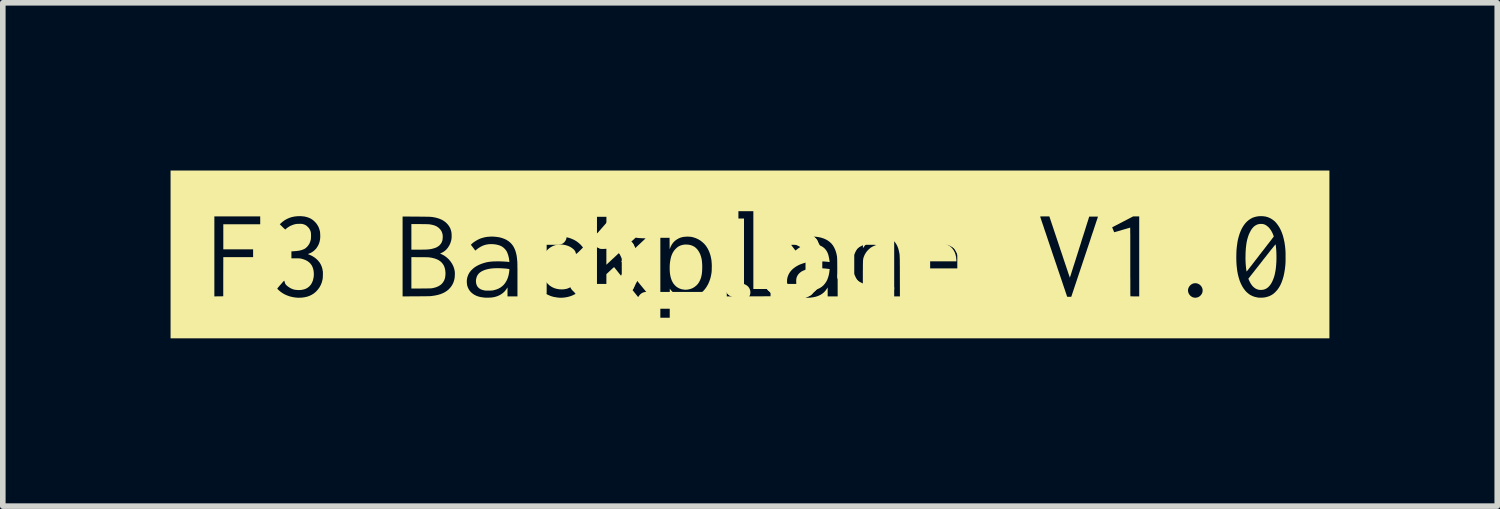
<source format=kicad_pcb>
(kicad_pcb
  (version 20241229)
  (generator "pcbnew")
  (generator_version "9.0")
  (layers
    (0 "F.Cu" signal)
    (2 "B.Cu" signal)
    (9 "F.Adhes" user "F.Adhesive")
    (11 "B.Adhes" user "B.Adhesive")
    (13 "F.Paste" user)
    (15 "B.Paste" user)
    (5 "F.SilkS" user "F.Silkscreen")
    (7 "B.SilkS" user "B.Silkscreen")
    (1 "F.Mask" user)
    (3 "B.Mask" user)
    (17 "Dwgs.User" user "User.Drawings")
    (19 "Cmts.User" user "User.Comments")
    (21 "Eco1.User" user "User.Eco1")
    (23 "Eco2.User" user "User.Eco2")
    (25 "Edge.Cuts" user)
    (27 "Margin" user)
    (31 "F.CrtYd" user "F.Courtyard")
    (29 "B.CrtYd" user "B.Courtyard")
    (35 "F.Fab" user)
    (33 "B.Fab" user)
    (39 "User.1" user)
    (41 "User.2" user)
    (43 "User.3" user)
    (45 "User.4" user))
  (footprint "f3_logo"
    (layer "F.Cu")
    (at 10.361 1.499)
    (property "Reference" "f3_logo" (at 0 0 0) (layer "F.SilkS") (effects (font (size 1.5 1.5) (thickness 0.3))))
    (attr board_only exclude_from_pos_files exclude_from_bom)
    (fp_poly (pts (xy 3.439 -0.193) (xy 3.453 -0.193) (xy 3.464 -0.193) (xy 3.473 -0.192) (xy 3.48 -0.19) (xy 3.488 -0.188) (xy 3.496 -0.186) (xy 3.53 -0.173) (xy 3.56 -0.157) (xy 3.587 -0.137) (xy 3.613 -0.111) (xy 3.624 -0.098) (xy 3.646 -0.066) (xy 3.663 -0.032) (xy 3.676 0.006) (xy 3.685 0.047) (xy 3.689 0.091) (xy 3.69 0.091) (xy 3.691 0.124) (xy 3.403 0.124) (xy 3.115 0.124) (xy 3.117 0.112) (xy 3.126 0.068) (xy 3.137 0.027) (xy 3.151 -0.011) (xy 3.168 -0.045) (xy 3.186 -0.075) (xy 3.19 -0.08) (xy 3.215 -0.109) (xy 3.244 -0.135) (xy 3.277 -0.157) (xy 3.312 -0.175) (xy 3.349 -0.188) (xy 3.349 -0.188) (xy 3.357 -0.19) (xy 3.366 -0.191) (xy 3.376 -0.192) (xy 3.387 -0.193) (xy 3.402 -0.193) (xy 3.421 -0.194)) (stroke (width 0) (type solid)) (fill yes) (layer "F.SilkS"))
    (fp_poly (pts (xy -5.885 -0.542) (xy -5.856 -0.541) (xy -5.83 -0.541) (xy -5.805 -0.541) (xy -5.784 -0.54) (xy -5.766 -0.54) (xy -5.752 -0.539) (xy -5.743 -0.539) (xy -5.743 -0.539) (xy -5.713 -0.535) (xy -5.684 -0.529) (xy -5.656 -0.522) (xy -5.632 -0.514) (xy -5.602 -0.5) (xy -5.574 -0.481) (xy -5.55 -0.459) (xy -5.529 -0.434) (xy -5.513 -0.407) (xy -5.502 -0.377) (xy -5.497 -0.356) (xy -5.495 -0.337) (xy -5.494 -0.316) (xy -5.495 -0.294) (xy -5.497 -0.272) (xy -5.5 -0.252) (xy -5.503 -0.241) (xy -5.515 -0.211) (xy -5.532 -0.185) (xy -5.552 -0.162) (xy -5.578 -0.142) (xy -5.607 -0.125) (xy -5.641 -0.112) (xy -5.68 -0.101) (xy -5.693 -0.098) (xy -5.707 -0.095) (xy -5.721 -0.093) (xy -5.736 -0.091) (xy -5.751 -0.089) (xy -5.769 -0.088) (xy -5.788 -0.087) (xy -5.81 -0.086) (xy -5.835 -0.086) (xy -5.865 -0.085) (xy -5.898 -0.085) (xy -5.924 -0.085) (xy -6.055 -0.085) (xy -6.055 -0.313) (xy -6.055 -0.542) (xy -5.914 -0.542)) (stroke (width 0) (type solid)) (fill yes) (layer "F.SilkS"))
    (fp_poly (pts (xy -5.917 0.05) (xy -5.88 0.05) (xy -5.847 0.05) (xy -5.819 0.05) (xy -5.795 0.051) (xy -5.774 0.051) (xy -5.756 0.052) (xy -5.74 0.053) (xy -5.725 0.055) (xy -5.711 0.057) (xy -5.697 0.059) (xy -5.683 0.062) (xy -5.682 0.062) (xy -5.639 0.073) (xy -5.6 0.087) (xy -5.566 0.104) (xy -5.536 0.125) (xy -5.51 0.149) (xy -5.489 0.176) (xy -5.471 0.207) (xy -5.459 0.241) (xy -5.45 0.279) (xy -5.446 0.32) (xy -5.445 0.323) (xy -5.446 0.365) (xy -5.45 0.404) (xy -5.459 0.44) (xy -5.472 0.472) (xy -5.49 0.501) (xy -5.512 0.527) (xy -5.538 0.549) (xy -5.569 0.568) (xy -5.604 0.584) (xy -5.644 0.596) (xy -5.674 0.603) (xy -5.681 0.604) (xy -5.687 0.605) (xy -5.694 0.606) (xy -5.702 0.607) (xy -5.711 0.607) (xy -5.722 0.608) (xy -5.735 0.608) (xy -5.751 0.608) (xy -5.771 0.609) (xy -5.794 0.609) (xy -5.821 0.609) (xy -5.853 0.609) (xy -5.88 0.61) (xy -6.055 0.611) (xy -6.055 0.33) (xy -6.055 0.049)) (stroke (width 0) (type solid)) (fill yes) (layer "F.SilkS"))
    (fp_poly (pts (xy 1.234 0.247) (xy 1.272 0.248) (xy 1.311 0.25) (xy 1.348 0.253) (xy 1.383 0.257) (xy 1.389 0.257) (xy 1.425 0.262) (xy 1.423 0.279) (xy 1.417 0.329) (xy 1.408 0.374) (xy 1.396 0.415) (xy 1.382 0.452) (xy 1.365 0.486) (xy 1.344 0.517) (xy 1.321 0.545) (xy 1.309 0.557) (xy 1.28 0.582) (xy 1.248 0.602) (xy 1.213 0.619) (xy 1.175 0.633) (xy 1.143 0.641) (xy 1.126 0.644) (xy 1.105 0.646) (xy 1.081 0.647) (xy 1.056 0.648) (xy 1.032 0.648) (xy 1.009 0.647) (xy 0.989 0.646) (xy 0.98 0.645) (xy 0.946 0.637) (xy 0.916 0.626) (xy 0.89 0.612) (xy 0.868 0.594) (xy 0.851 0.573) (xy 0.838 0.549) (xy 0.832 0.53) (xy 0.827 0.506) (xy 0.826 0.48) (xy 0.827 0.452) (xy 0.831 0.426) (xy 0.838 0.401) (xy 0.838 0.401) (xy 0.852 0.374) (xy 0.87 0.349) (xy 0.893 0.327) (xy 0.92 0.307) (xy 0.952 0.29) (xy 0.989 0.276) (xy 1.03 0.264) (xy 1.076 0.255) (xy 1.104 0.251) (xy 1.131 0.249) (xy 1.162 0.247) (xy 1.197 0.247)) (stroke (width 0) (type solid)) (fill yes) (layer "F.SilkS"))
    (fp_poly (pts (xy -4.492 0.247) (xy -4.448 0.248) (xy -4.404 0.251) (xy -4.362 0.254) (xy -4.325 0.259) (xy -4.303 0.262) (xy -4.303 0.277) (xy -4.304 0.291) (xy -4.306 0.31) (xy -4.309 0.331) (xy -4.313 0.353) (xy -4.318 0.374) (xy -4.32 0.385) (xy -4.334 0.429) (xy -4.352 0.469) (xy -4.374 0.506) (xy -4.399 0.539) (xy -4.428 0.567) (xy -4.461 0.592) (xy -4.497 0.612) (xy -4.537 0.628) (xy -4.581 0.64) (xy -4.583 0.641) (xy -4.595 0.643) (xy -4.608 0.645) (xy -4.622 0.646) (xy -4.639 0.647) (xy -4.661 0.648) (xy -4.665 0.648) (xy -4.683 0.648) (xy -4.701 0.648) (xy -4.716 0.647) (xy -4.728 0.647) (xy -4.736 0.646) (xy -4.737 0.646) (xy -4.772 0.639) (xy -4.804 0.629) (xy -4.831 0.615) (xy -4.853 0.598) (xy -4.871 0.578) (xy -4.885 0.554) (xy -4.894 0.528) (xy -4.896 0.521) (xy -4.9 0.489) (xy -4.9 0.458) (xy -4.894 0.427) (xy -4.885 0.398) (xy -4.871 0.37) (xy -4.853 0.346) (xy -4.832 0.326) (xy -4.829 0.323) (xy -4.798 0.303) (xy -4.763 0.286) (xy -4.723 0.272) (xy -4.679 0.261) (xy -4.631 0.253) (xy -4.579 0.248) (xy -4.573 0.248) (xy -4.534 0.247)) (stroke (width 0) (type solid)) (fill yes) (layer "F.SilkS"))
    (fp_poly (pts (xy 9.399 -0.177) (xy 9.399 -0.176) (xy 9.401 -0.167) (xy 9.403 -0.153) (xy 9.405 -0.135) (xy 9.407 -0.113) (xy 9.409 -0.09) (xy 9.411 -0.065) (xy 9.412 -0.039) (xy 9.413 -0.025) (xy 9.414 0.03) (xy 9.414 0.086) (xy 9.412 0.143) (xy 9.408 0.198) (xy 9.403 0.25) (xy 9.396 0.296) (xy 9.386 0.348) (xy 9.374 0.395) (xy 9.359 0.438) (xy 9.342 0.478) (xy 9.341 0.48) (xy 9.322 0.517) (xy 9.301 0.548) (xy 9.279 0.574) (xy 9.255 0.596) (xy 9.229 0.613) (xy 9.201 0.625) (xy 9.185 0.63) (xy 9.166 0.633) (xy 9.145 0.635) (xy 9.122 0.635) (xy 9.101 0.633) (xy 9.091 0.631) (xy 9.063 0.622) (xy 9.035 0.608) (xy 9.01 0.589) (xy 8.985 0.565) (xy 8.963 0.536) (xy 8.943 0.503) (xy 8.925 0.465) (xy 8.924 0.464) (xy 8.912 0.434) (xy 9.155 0.125) (xy 9.188 0.082) (xy 9.219 0.044) (xy 9.246 0.009) (xy 9.271 -0.022) (xy 9.292 -0.05) (xy 9.311 -0.074) (xy 9.328 -0.095) (xy 9.343 -0.113) (xy 9.355 -0.128) (xy 9.365 -0.141) (xy 9.374 -0.152) (xy 9.381 -0.16) (xy 9.387 -0.167) (xy 9.391 -0.171) (xy 9.394 -0.175) (xy 9.397 -0.177) (xy 9.398 -0.177)) (stroke (width 0) (type solid)) (fill yes) (layer "F.SilkS"))
    (fp_poly (pts (xy 9.164 -0.544) (xy 9.19 -0.539) (xy 9.213 -0.529) (xy 9.236 -0.516) (xy 9.259 -0.497) (xy 9.268 -0.49) (xy 9.296 -0.459) (xy 9.32 -0.424) (xy 9.341 -0.385) (xy 9.358 -0.345) (xy 9.366 -0.319) (xy 9.358 -0.309) (xy 9.356 -0.305) (xy 9.35 -0.298) (xy 9.341 -0.287) (xy 9.33 -0.272) (xy 9.316 -0.253) (xy 9.299 -0.232) (xy 9.281 -0.208) (xy 9.26 -0.182) (xy 9.238 -0.153) (xy 9.214 -0.122) (xy 9.189 -0.089) (xy 9.162 -0.055) (xy 9.135 -0.02) (xy 9.118 0.001) (xy 9.091 0.037) (xy 9.064 0.072) (xy 9.038 0.105) (xy 9.014 0.137) (xy 8.991 0.166) (xy 8.97 0.194) (xy 8.95 0.219) (xy 8.933 0.241) (xy 8.918 0.26) (xy 8.905 0.277) (xy 8.895 0.289) (xy 8.888 0.299) (xy 8.884 0.304) (xy 8.883 0.305) (xy 8.882 0.305) (xy 8.88 0.303) (xy 8.879 0.297) (xy 8.877 0.287) (xy 8.875 0.279) (xy 8.87 0.238) (xy 8.866 0.198) (xy 8.863 0.157) (xy 8.861 0.115) (xy 8.86 0.07) (xy 8.861 0.021) (xy 8.861 0.011) (xy 8.863 -0.052) (xy 8.867 -0.11) (xy 8.873 -0.163) (xy 8.88 -0.213) (xy 8.89 -0.26) (xy 8.902 -0.303) (xy 8.916 -0.345) (xy 8.933 -0.384) (xy 8.94 -0.397) (xy 8.959 -0.434) (xy 8.981 -0.465) (xy 9.004 -0.491) (xy 9.028 -0.511) (xy 9.055 -0.527) (xy 9.083 -0.538) (xy 9.113 -0.544) (xy 9.136 -0.545)) (stroke (width 0) (type solid)) (fill yes) (layer "F.SilkS"))
    (fp_poly (pts (xy -1.101 -0.174) (xy -1.064 -0.167) (xy -1.03 -0.155) (xy -0.998 -0.139) (xy -0.97 -0.118) (xy -0.944 -0.092) (xy -0.922 -0.062) (xy -0.904 -0.031) (xy -0.889 0.000168) (xy -0.878 0.033) (xy -0.868 0.068) (xy -0.861 0.106) (xy -0.857 0.148) (xy -0.854 0.194) (xy -0.854 0.227) (xy -0.855 0.271) (xy -0.857 0.311) (xy -0.861 0.347) (xy -0.867 0.38) (xy -0.874 0.411) (xy -0.884 0.44) (xy -0.896 0.468) (xy -0.899 0.474) (xy -0.914 0.501) (xy -0.93 0.525) (xy -0.95 0.547) (xy -0.961 0.558) (xy -0.99 0.581) (xy -1.02 0.6) (xy -1.052 0.614) (xy -1.087 0.624) (xy -1.122 0.63) (xy -1.136 0.631) (xy -1.147 0.632) (xy -1.156 0.632) (xy -1.167 0.631) (xy -1.18 0.63) (xy -1.187 0.629) (xy -1.223 0.623) (xy -1.258 0.611) (xy -1.29 0.595) (xy -1.32 0.574) (xy -1.346 0.549) (xy -1.37 0.52) (xy -1.389 0.487) (xy -1.401 0.461) (xy -1.414 0.424) (xy -1.424 0.384) (xy -1.431 0.341) (xy -1.435 0.294) (xy -1.436 0.247) (xy -1.435 0.191) (xy -1.43 0.139) (xy -1.422 0.091) (xy -1.412 0.047) (xy -1.398 0.007) (xy -1.381 -0.03) (xy -1.36 -0.063) (xy -1.351 -0.075) (xy -1.338 -0.09) (xy -1.324 -0.104) (xy -1.309 -0.118) (xy -1.295 -0.13) (xy -1.282 -0.139) (xy -1.281 -0.14) (xy -1.252 -0.155) (xy -1.224 -0.165) (xy -1.195 -0.172) (xy -1.164 -0.176) (xy -1.141 -0.176)) (stroke (width 0) (type solid)) (fill yes) (layer "F.SilkS"))
    (fp_poly (pts (xy 10.361 0.001) (xy 10.361 1.501) (xy 0 1.501) (xy -10.361 1.501) (xy -10.361 1.133) (xy -1.603 1.133) (xy -1.519 1.133) (xy -1.435 1.133) (xy -1.435 0.873) (xy -1.434 0.613) (xy -1.422 0.629) (xy -1.41 0.644) (xy -1.395 0.66) (xy -1.379 0.676) (xy -1.361 0.692) (xy -1.345 0.705) (xy -1.343 0.706) (xy -1.305 0.73) (xy -1.265 0.749) (xy -1.223 0.763) (xy -1.18 0.772) (xy -1.136 0.776) (xy -1.092 0.775) (xy -1.048 0.769) (xy -1.005 0.758) (xy -0.985 0.751) (xy -0.415 0.751) (xy -0.024 0.75) (xy 0.367 0.749) (xy 0.368 0.684) (xy 0.369 0.619) (xy 0.215 0.619) (xy 0.06 0.619) (xy 0.06 0.498) (xy 0.662 0.498) (xy 0.665 0.536) (xy 0.674 0.573) (xy 0.688 0.607) (xy 0.706 0.638) (xy 0.728 0.667) (xy 0.755 0.693) (xy 0.786 0.715) (xy 0.821 0.734) (xy 0.86 0.75) (xy 0.875 0.755) (xy 0.916 0.764) (xy 0.959 0.771) (xy 1.005 0.774) (xy 1.051 0.775) (xy 1.083 0.773) (xy 1.133 0.766) (xy 1.18 0.756) (xy 1.222 0.741) (xy 1.261 0.723) (xy 1.295 0.701) (xy 1.326 0.675) (xy 1.353 0.644) (xy 1.377 0.61) (xy 1.378 0.609) (xy 1.389 0.59) (xy 1.389 0.67) (xy 1.389 0.751) (xy 1.478 0.751) (xy 1.568 0.751) (xy 1.859 0.751) (xy 1.939 0.751) (xy 2.018 0.751) (xy 2.018 0.438) (xy 2.018 0.388) (xy 2.018 0.342) (xy 2.018 0.301) (xy 2.019 0.265) (xy 2.019 0.233) (xy 2.019 0.205) (xy 2.019 0.181) (xy 2.02 0.159) (xy 2.02 0.141) (xy 2.021 0.125) (xy 2.021 0.112) (xy 2.022 0.1) (xy 2.023 0.091) (xy 2.025 0.082) (xy 2.026 0.074) (xy 2.028 0.067) (xy 2.029 0.061) (xy 2.031 0.054) (xy 2.034 0.047) (xy 2.034 0.047) (xy 2.048 0.012) (xy 2.067 -0.022) (xy 2.09 -0.055) (xy 2.117 -0.084) (xy 2.146 -0.11) (xy 2.16 -0.121) (xy 2.178 -0.132) (xy 2.198 -0.143) (xy 2.22 -0.153) (xy 2.241 -0.162) (xy 2.258 -0.167) (xy 2.283 -0.173) (xy 2.31 -0.176) (xy 2.336 -0.177) (xy 2.36 -0.175) (xy 2.381 -0.17) (xy 2.381 -0.17) (xy 2.405 -0.16) (xy 2.428 -0.145) (xy 2.45 -0.127) (xy 2.468 -0.106) (xy 2.474 -0.097) (xy 2.488 -0.071) (xy 2.499 -0.041) (xy 2.509 -0.007) (xy 2.515 0.031) (xy 2.519 0.066) (xy 2.519 0.074) (xy 2.52 0.088) (xy 2.52 0.107) (xy 2.52 0.13) (xy 2.521 0.158) (xy 2.521 0.19) (xy 2.521 0.226) (xy 2.521 0.265) (xy 2.521 0.308) (xy 2.522 0.353) (xy 2.522 0.401) (xy 2.522 0.427) (xy 2.522 0.751) (xy 2.601 0.751) (xy 2.681 0.751) (xy 2.68 0.394) (xy 2.68 0.341) (xy 2.68 0.293) (xy 2.68 0.25) (xy 2.68 0.229) (xy 2.952 0.229) (xy 2.953 0.254) (xy 2.953 0.278) (xy 2.954 0.3) (xy 2.956 0.317) (xy 2.956 0.319) (xy 2.964 0.376) (xy 2.977 0.43) (xy 2.994 0.48) (xy 3.014 0.526) (xy 3.039 0.568) (xy 3.068 0.607) (xy 3.101 0.642) (xy 3.137 0.673) (xy 3.178 0.701) (xy 3.209 0.718) (xy 3.252 0.736) (xy 3.298 0.751) (xy 3.347 0.762) (xy 3.397 0.769) (xy 3.449 0.772) (xy 3.501 0.771) (xy 3.517 0.77) (xy 3.568 0.763) (xy 3.616 0.752) (xy 3.66 0.736) (xy 3.702 0.716) (xy 3.741 0.692) (xy 3.778 0.662) (xy 3.796 0.646) (xy 3.829 0.613) (xy 3.822 0.607) (xy 3.818 0.603) (xy 3.811 0.596) (xy 3.801 0.587) (xy 3.79 0.575) (xy 3.777 0.563) (xy 3.776 0.562) (xy 3.737 0.524) (xy 3.715 0.545) (xy 3.682 0.573) (xy 3.646 0.596) (xy 3.608 0.614) (xy 3.566 0.628) (xy 3.54 0.634) (xy 3.523 0.637) (xy 3.503 0.638) (xy 3.48 0.639) (xy 3.456 0.639) (xy 3.433 0.638) (xy 3.412 0.637) (xy 3.395 0.635) (xy 3.395 0.635) (xy 3.353 0.624) (xy 3.314 0.609) (xy 3.277 0.59) (xy 3.244 0.566) (xy 3.213 0.538) (xy 3.187 0.507) (xy 3.167 0.478) (xy 3.151 0.445) (xy 3.136 0.407) (xy 3.125 0.368) (xy 3.116 0.326) (xy 3.111 0.284) (xy 3.111 0.278) (xy 3.109 0.25) (xy 3.481 0.25) (xy 3.852 0.25) (xy 3.854 0.237) (xy 3.855 0.228) (xy 3.856 0.215) (xy 3.856 0.199) (xy 3.856 0.18) (xy 3.856 0.16) (xy 3.856 0.139) (xy 3.855 0.12) (xy 3.854 0.103) (xy 3.853 0.088) (xy 3.853 0.081) (xy 3.846 0.036) (xy 3.836 -0.008) (xy 3.824 -0.049) (xy 3.81 -0.085) (xy 3.806 -0.096) (xy 3.786 -0.131) (xy 3.763 -0.165) (xy 3.735 -0.197) (xy 3.705 -0.226) (xy 3.672 -0.252) (xy 3.638 -0.273) (xy 3.621 -0.282) (xy 3.579 -0.298) (xy 3.534 -0.31) (xy 3.488 -0.318) (xy 3.441 -0.321) (xy 3.393 -0.319) (xy 3.346 -0.313) (xy 3.3 -0.303) (xy 3.256 -0.288) (xy 3.221 -0.273) (xy 3.18 -0.25) (xy 3.143 -0.224) (xy 3.11 -0.195) (xy 3.079 -0.162) (xy 3.051 -0.124) (xy 3.049 -0.121) (xy 3.022 -0.076) (xy 2.999 -0.028) (xy 2.981 0.023) (xy 2.967 0.077) (xy 2.957 0.134) (xy 2.956 0.143) (xy 2.954 0.16) (xy 2.953 0.18) (xy 2.953 0.204) (xy 2.952 0.229) (xy 2.68 0.229) (xy 2.68 0.211) (xy 2.679 0.177) (xy 2.679 0.147) (xy 2.679 0.12) (xy 2.679 0.096) (xy 2.678 0.076) (xy 2.678 0.058) (xy 2.677 0.042) (xy 2.676 0.028) (xy 2.676 0.016) (xy 2.675 0.006) (xy 2.674 -0.004) (xy 2.672 -0.013) (xy 2.671 -0.022) (xy 2.669 -0.03) (xy 2.668 -0.039) (xy 2.666 -0.048) (xy 2.664 -0.055) (xy 2.653 -0.1) (xy 2.638 -0.141) (xy 2.619 -0.179) (xy 2.597 -0.212) (xy 2.572 -0.241) (xy 2.543 -0.266) (xy 2.513 -0.286) (xy 2.479 -0.302) (xy 2.443 -0.313) (xy 2.405 -0.319) (xy 2.365 -0.321) (xy 2.323 -0.317) (xy 2.301 -0.313) (xy 2.257 -0.302) (xy 2.214 -0.285) (xy 2.173 -0.263) (xy 2.134 -0.235) (xy 2.096 -0.203) (xy 2.08 -0.186) (xy 2.068 -0.173) (xy 2.056 -0.16) (xy 2.045 -0.146) (xy 2.036 -0.135) (xy 2.036 -0.134) (xy 2.02 -0.111) (xy 2.019 -0.204) (xy 2.018 -0.297) (xy 1.939 -0.297) (xy 1.859 -0.297) (xy 1.859 0.227) (xy 1.859 0.751) (xy 1.568 0.751) (xy 1.567 0.428) (xy 1.566 0.378) (xy 1.566 0.332) (xy 1.566 0.291) (xy 1.566 0.255) (xy 1.566 0.223) (xy 1.565 0.194) (xy 1.565 0.169) (xy 1.565 0.147) (xy 1.564 0.128) (xy 1.564 0.111) (xy 1.563 0.097) (xy 1.562 0.084) (xy 1.561 0.072) (xy 1.56 0.062) (xy 1.558 0.052) (xy 1.557 0.042) (xy 1.555 0.033) (xy 1.553 0.023) (xy 1.551 0.012) (xy 1.55 0.005) (xy 1.538 -0.043) (xy 1.522 -0.087) (xy 1.503 -0.127) (xy 1.481 -0.163) (xy 1.455 -0.195) (xy 1.425 -0.223) (xy 1.391 -0.248) (xy 1.353 -0.269) (xy 1.316 -0.285) (xy 1.279 -0.297) (xy 1.238 -0.307) (xy 1.194 -0.314) (xy 1.148 -0.317) (xy 1.101 -0.318) (xy 1.055 -0.316) (xy 1.01 -0.311) (xy 0.99 -0.308) (xy 0.941 -0.296) (xy 0.894 -0.279) (xy 0.849 -0.257) (xy 0.807 -0.232) (xy 0.767 -0.202) (xy 0.746 -0.183) (xy 0.735 -0.172) (xy 0.773 -0.121) (xy 0.784 -0.107) (xy 0.794 -0.094) (xy 0.802 -0.083) (xy 0.809 -0.075) (xy 0.812 -0.07) (xy 0.813 -0.069) (xy 0.815 -0.07) (xy 0.821 -0.075) (xy 0.829 -0.081) (xy 0.836 -0.087) (xy 0.873 -0.115) (xy 0.91 -0.138) (xy 0.948 -0.156) (xy 0.99 -0.17) (xy 1.017 -0.177) (xy 1.033 -0.179) (xy 1.054 -0.181) (xy 1.077 -0.183) (xy 1.102 -0.183) (xy 1.126 -0.183) (xy 1.15 -0.182) (xy 1.17 -0.18) (xy 1.182 -0.178) (xy 1.219 -0.17) (xy 1.251 -0.159) (xy 1.28 -0.146) (xy 1.306 -0.13) (xy 1.33 -0.11) (xy 1.339 -0.101) (xy 1.357 -0.08) (xy 1.373 -0.056) (xy 1.387 -0.029) (xy 1.399 0.002) (xy 1.408 0.038) (xy 1.416 0.078) (xy 1.423 0.122) (xy 1.423 0.125) (xy 1.424 0.133) (xy 1.423 0.136) (xy 1.421 0.137) (xy 1.417 0.136) (xy 1.399 0.134) (xy 1.377 0.131) (xy 1.352 0.129) (xy 1.323 0.127) (xy 1.292 0.126) (xy 1.26 0.125) (xy 1.227 0.125) (xy 1.195 0.125) (xy 1.165 0.125) (xy 1.136 0.126) (xy 1.11 0.127) (xy 1.089 0.129) (xy 1.078 0.13) (xy 1.033 0.138) (xy 0.988 0.149) (xy 0.944 0.162) (xy 0.903 0.177) (xy 0.866 0.193) (xy 0.865 0.194) (xy 0.824 0.217) (xy 0.787 0.243) (xy 0.754 0.271) (xy 0.726 0.302) (xy 0.703 0.335) (xy 0.685 0.37) (xy 0.672 0.406) (xy 0.664 0.445) (xy 0.663 0.457) (xy 0.662 0.498) (xy 0.06 0.498) (xy 0.06 -0.077) (xy 0.06 -0.676) (xy 5.189 -0.676) (xy 5.19 -0.673) (xy 5.192 -0.665) (xy 5.196 -0.653) (xy 5.202 -0.636) (xy 5.209 -0.615) (xy 5.217 -0.59) (xy 5.227 -0.561) (xy 5.238 -0.529) (xy 5.25 -0.494) (xy 5.262 -0.456) (xy 5.276 -0.415) (xy 5.291 -0.372) (xy 5.306 -0.327) (xy 5.322 -0.279) (xy 5.338 -0.231) (xy 5.355 -0.181) (xy 5.372 -0.13) (xy 5.39 -0.078) (xy 5.407 -0.025) (xy 5.425 0.028) (xy 5.443 0.081) (xy 5.461 0.134) (xy 5.479 0.186) (xy 5.496 0.238) (xy 5.513 0.288) (xy 5.53 0.338) (xy 5.546 0.385) (xy 5.562 0.432) (xy 5.577 0.476) (xy 5.591 0.518) (xy 5.604 0.557) (xy 5.616 0.594) (xy 5.628 0.627) (xy 5.638 0.658) (xy 5.647 0.685) (xy 5.655 0.707) (xy 5.661 0.726) (xy 5.666 0.741) (xy 5.67 0.751) (xy 5.672 0.756) (xy 5.672 0.757) (xy 5.675 0.758) (xy 5.683 0.758) (xy 5.693 0.758) (xy 5.707 0.758) (xy 5.709 0.758) (xy 5.745 0.758) (xy 5.983 0.045) (xy 6.003 -0.015) (xy 6.023 -0.075) (xy 6.042 -0.132) (xy 6.061 -0.188) (xy 6.079 -0.242) (xy 6.096 -0.294) (xy 6.112 -0.344) (xy 6.128 -0.39) (xy 6.143 -0.434) (xy 6.156 -0.475) (xy 6.159 -0.484) (xy 6.476 -0.484) (xy 6.494 -0.441) (xy 6.5 -0.426) (xy 6.505 -0.414) (xy 6.509 -0.404) (xy 6.512 -0.398) (xy 6.513 -0.397) (xy 6.516 -0.397) (xy 6.523 -0.399) (xy 6.535 -0.402) (xy 6.551 -0.407) (xy 6.57 -0.412) (xy 6.591 -0.418) (xy 6.616 -0.425) (xy 6.642 -0.433) (xy 6.655 -0.437) (xy 6.682 -0.445) (xy 6.707 -0.452) (xy 6.73 -0.459) (xy 6.751 -0.465) (xy 6.769 -0.47) (xy 6.782 -0.474) (xy 6.792 -0.477) (xy 6.798 -0.478) (xy 6.798 -0.478) (xy 6.799 -0.476) (xy 6.799 -0.468) (xy 6.799 -0.455) (xy 6.799 -0.437) (xy 6.799 -0.415) (xy 6.799 -0.388) (xy 6.8 -0.358) (xy 6.8 -0.324) (xy 6.8 -0.286) (xy 6.8 -0.245) (xy 6.8 -0.2) (xy 6.8 -0.154) (xy 6.8 -0.104) (xy 6.8 -0.052) (xy 6.8 0.002) (xy 6.8 0.057) (xy 6.8 0.114) (xy 6.8 0.134) (xy 6.8 0.192) (xy 6.8 0.248) (xy 6.8 0.303) (xy 6.8 0.355) (xy 6.8 0.406) (xy 6.801 0.454) (xy 6.801 0.499) (xy 6.801 0.541) (xy 6.801 0.58) (xy 6.801 0.616) (xy 6.801 0.648) (xy 6.801 0.676) (xy 6.801 0.7) (xy 6.802 0.719) (xy 6.802 0.734) (xy 6.802 0.744) (xy 6.802 0.748) (xy 6.802 0.749) (xy 6.805 0.749) (xy 6.813 0.75) (xy 6.825 0.75) (xy 6.84 0.75) (xy 6.858 0.751) (xy 6.878 0.751) (xy 6.882 0.751) (xy 6.96 0.751) (xy 6.96 0.645) (xy 7.832 0.645) (xy 7.835 0.67) (xy 7.842 0.693) (xy 7.855 0.716) (xy 7.871 0.736) (xy 7.892 0.753) (xy 7.915 0.766) (xy 7.94 0.773) (xy 7.966 0.775) (xy 7.992 0.771) (xy 8.014 0.765) (xy 8.033 0.754) (xy 8.052 0.739) (xy 8.056 0.736) (xy 8.073 0.715) (xy 8.085 0.693) (xy 8.092 0.669) (xy 8.094 0.644) (xy 8.092 0.62) (xy 8.084 0.596) (xy 8.072 0.574) (xy 8.056 0.554) (xy 8.035 0.537) (xy 8.012 0.525) (xy 7.988 0.517) (xy 7.964 0.515) (xy 7.939 0.517) (xy 7.915 0.524) (xy 7.893 0.536) (xy 7.872 0.553) (xy 7.871 0.554) (xy 7.854 0.575) (xy 7.842 0.597) (xy 7.834 0.621) (xy 7.832 0.645) (xy 6.96 0.645) (xy 6.96 0.053) (xy 8.696 0.053) (xy 8.697 0.123) (xy 8.701 0.191) (xy 8.708 0.257) (xy 8.714 0.302) (xy 8.726 0.364) (xy 8.741 0.421) (xy 8.758 0.475) (xy 8.779 0.525) (xy 8.802 0.57) (xy 8.828 0.612) (xy 8.856 0.648) (xy 8.876 0.67) (xy 8.909 0.699) (xy 8.943 0.724) (xy 8.981 0.743) (xy 9.021 0.758) (xy 9.064 0.768) (xy 9.091 0.773) (xy 9.109 0.774) (xy 9.13 0.774) (xy 9.154 0.774) (xy 9.177 0.772) (xy 9.199 0.77) (xy 9.215 0.767) (xy 9.248 0.759) (xy 9.279 0.749) (xy 9.308 0.736) (xy 9.31 0.735) (xy 9.33 0.724) (xy 9.349 0.712) (xy 9.367 0.698) (xy 9.386 0.681) (xy 9.399 0.668) (xy 9.43 0.634) (xy 9.458 0.594) (xy 9.483 0.551) (xy 9.505 0.502) (xy 9.524 0.449) (xy 9.541 0.392) (xy 9.554 0.33) (xy 9.565 0.264) (xy 9.573 0.193) (xy 9.575 0.165) (xy 9.576 0.146) (xy 9.577 0.122) (xy 9.577 0.095) (xy 9.577 0.066) (xy 9.577 0.036) (xy 9.577 0.007) (xy 9.577 -0.02) (xy 9.576 -0.045) (xy 9.575 -0.066) (xy 9.575 -0.071) (xy 9.568 -0.145) (xy 9.558 -0.214) (xy 9.544 -0.279) (xy 9.528 -0.34) (xy 9.508 -0.396) (xy 9.485 -0.448) (xy 9.463 -0.489) (xy 9.436 -0.529) (xy 9.409 -0.564) (xy 9.379 -0.595) (xy 9.347 -0.62) (xy 9.313 -0.642) (xy 9.276 -0.659) (xy 9.261 -0.665) (xy 9.223 -0.676) (xy 9.183 -0.682) (xy 9.142 -0.684) (xy 9.1 -0.683) (xy 9.059 -0.677) (xy 9.02 -0.667) (xy 8.986 -0.655) (xy 8.949 -0.635) (xy 8.914 -0.611) (xy 8.881 -0.582) (xy 8.85 -0.548) (xy 8.823 -0.51) (xy 8.797 -0.467) (xy 8.775 -0.42) (xy 8.755 -0.369) (xy 8.738 -0.314) (xy 8.723 -0.255) (xy 8.716 -0.214) (xy 8.707 -0.151) (xy 8.7 -0.085) (xy 8.697 -0.017) (xy 8.696 0.053) (xy 6.96 0.053) (xy 6.96 0.036) (xy 6.96 -0.679) (xy 6.906 -0.679) (xy 6.851 -0.679) (xy 6.734 -0.618) (xy 6.708 -0.604) (xy 6.68 -0.59) (xy 6.652 -0.575) (xy 6.624 -0.561) (xy 6.598 -0.547) (xy 6.575 -0.535) (xy 6.555 -0.525) (xy 6.547 -0.521) (xy 6.476 -0.484) (xy 6.159 -0.484) (xy 6.169 -0.513) (xy 6.18 -0.547) (xy 6.19 -0.578) (xy 6.199 -0.604) (xy 6.207 -0.627) (xy 6.213 -0.645) (xy 6.217 -0.659) (xy 6.22 -0.668) (xy 6.222 -0.671) (xy 6.222 -0.672) (xy 6.222 -0.673) (xy 6.221 -0.674) (xy 6.218 -0.675) (xy 6.213 -0.676) (xy 6.206 -0.676) (xy 6.195 -0.676) (xy 6.18 -0.676) (xy 6.16 -0.676) (xy 6.145 -0.676) (xy 6.066 -0.676) (xy 6.054 -0.639) (xy 6.052 -0.632) (xy 6.049 -0.621) (xy 6.044 -0.605) (xy 6.037 -0.584) (xy 6.029 -0.559) (xy 6.02 -0.531) (xy 6.01 -0.499) (xy 5.999 -0.463) (xy 5.987 -0.425) (xy 5.974 -0.384) (xy 5.96 -0.34) (xy 5.945 -0.294) (xy 5.93 -0.247) (xy 5.915 -0.197) (xy 5.899 -0.147) (xy 5.882 -0.095) (xy 5.882 -0.093) (xy 5.866 -0.042) (xy 5.85 0.008) (xy 5.835 0.056) (xy 5.82 0.103) (xy 5.806 0.147) (xy 5.793 0.188) (xy 5.78 0.227) (xy 5.769 0.263) (xy 5.758 0.296) (xy 5.749 0.325) (xy 5.741 0.351) (xy 5.734 0.373) (xy 5.728 0.39) (xy 5.724 0.403) (xy 5.721 0.412) (xy 5.72 0.415) (xy 5.72 0.415) (xy 5.719 0.413) (xy 5.716 0.405) (xy 5.712 0.393) (xy 5.706 0.376) (xy 5.699 0.355) (xy 5.69 0.33) (xy 5.681 0.301) (xy 5.67 0.269) (xy 5.658 0.233) (xy 5.645 0.194) (xy 5.631 0.153) (xy 5.616 0.109) (xy 5.601 0.063) (xy 5.585 0.014) (xy 5.568 -0.036) (xy 5.55 -0.088) (xy 5.536 -0.132) (xy 5.353 -0.679) (xy 5.271 -0.679) (xy 5.247 -0.679) (xy 5.227 -0.679) (xy 5.212 -0.679) (xy 5.201 -0.678) (xy 5.194 -0.678) (xy 5.19 -0.677) (xy 5.189 -0.676) (xy 5.189 -0.676) (xy 0.06 -0.676) (xy 0.06 -0.773) (xy -0.17 -0.773) (xy -0.401 -0.773) (xy -0.401 -0.707) (xy -0.401 -0.641) (xy -0.254 -0.641) (xy -0.107 -0.641) (xy -0.107 -0.011) (xy -0.107 0.619) (xy -0.261 0.619) (xy -0.415 0.619) (xy -0.415 0.685) (xy -0.415 0.751) (xy -0.985 0.751) (xy -0.963 0.742) (xy -0.941 0.732) (xy -0.901 0.708) (xy -0.865 0.682) (xy -0.833 0.652) (xy -0.803 0.618) (xy -0.777 0.581) (xy -0.752 0.538) (xy -0.745 0.524) (xy -0.728 0.485) (xy -0.714 0.445) (xy -0.702 0.404) (xy -0.693 0.359) (xy -0.688 0.33) (xy -0.686 0.309) (xy -0.684 0.284) (xy -0.684 0.256) (xy -0.683 0.226) (xy -0.683 0.196) (xy -0.684 0.167) (xy -0.686 0.139) (xy -0.688 0.115) (xy -0.69 0.099) (xy -0.7 0.045) (xy -0.714 -0.006) (xy -0.731 -0.052) (xy -0.752 -0.096) (xy -0.776 -0.136) (xy -0.791 -0.157) (xy -0.82 -0.191) (xy -0.854 -0.222) (xy -0.891 -0.25) (xy -0.93 -0.273) (xy -0.973 -0.292) (xy -1.017 -0.306) (xy -1.046 -0.313) (xy -1.066 -0.315) (xy -1.09 -0.317) (xy -1.116 -0.318) (xy -1.142 -0.317) (xy -1.167 -0.315) (xy -1.189 -0.313) (xy -1.199 -0.311) (xy -1.241 -0.3) (xy -1.279 -0.284) (xy -1.313 -0.264) (xy -1.345 -0.24) (xy -1.372 -0.212) (xy -1.396 -0.18) (xy -1.416 -0.143) (xy -1.426 -0.12) (xy -1.437 -0.093) (xy -1.437 -0.195) (xy -1.438 -0.297) (xy -1.521 -0.297) (xy -1.603 -0.297) (xy -1.603 0.418) (xy -1.603 1.133) (xy -10.361 1.133) (xy -10.361 0.001) (xy -10.361 -0.679) (xy -9.578 -0.679) (xy -9.578 0.036) (xy -9.578 0.751) (xy -9.499 0.75) (xy -9.419 0.749) (xy -9.419 0.614) (xy -8.452 0.614) (xy -8.449 0.618) (xy -8.443 0.624) (xy -8.442 0.626) (xy -8.407 0.658) (xy -8.368 0.687) (xy -8.326 0.712) (xy -8.28 0.733) (xy -8.233 0.75) (xy -8.184 0.762) (xy -8.133 0.771) (xy -8.081 0.775) (xy -8.028 0.774) (xy -8.013 0.773) (xy -7.964 0.766) (xy -7.918 0.756) (xy -7.876 0.741) (xy -7.837 0.722) (xy -7.8 0.699) (xy -7.766 0.671) (xy -7.752 0.657) (xy -7.722 0.623) (xy -7.696 0.586) (xy -7.674 0.545) (xy -7.657 0.502) (xy -7.645 0.455) (xy -7.644 0.451) (xy -7.641 0.435) (xy -7.639 0.415) (xy -7.638 0.392) (xy -7.637 0.368) (xy -7.637 0.345) (xy -7.637 0.323) (xy -7.638 0.305) (xy -7.639 0.299) (xy -7.647 0.256) (xy -7.659 0.216) (xy -7.675 0.18) (xy -7.696 0.145) (xy -7.722 0.113) (xy -7.738 0.096) (xy -7.773 0.065) (xy -7.811 0.039) (xy -7.852 0.017) (xy -7.885 0.003) (xy -7.894 -0.001) (xy -7.901 -0.004) (xy -7.904 -0.006) (xy -7.904 -0.006) (xy -7.9 -0.008) (xy -7.893 -0.011) (xy -7.884 -0.015) (xy -7.883 -0.015) (xy -7.854 -0.027) (xy -7.827 -0.043) (xy -7.802 -0.061) (xy -7.78 -0.081) (xy -7.753 -0.11) (xy -7.731 -0.144) (xy -7.712 -0.18) (xy -7.698 -0.22) (xy -7.69 -0.257) (xy -7.687 -0.276) (xy -7.685 -0.299) (xy -7.684 -0.324) (xy -7.685 -0.35) (xy -7.686 -0.374) (xy -7.688 -0.396) (xy -7.689 -0.407) (xy -7.7 -0.449) (xy -7.714 -0.488) (xy -7.734 -0.524) (xy -7.758 -0.558) (xy -7.787 -0.589) (xy -7.788 -0.59) (xy -7.818 -0.616) (xy -7.85 -0.637) (xy -7.885 -0.654) (xy -7.923 -0.667) (xy -7.964 -0.677) (xy -7.964 -0.677) (xy -6.212 -0.677) (xy -6.212 0.037) (xy -6.212 0.751) (xy -5.972 0.75) (xy -5.928 0.75) (xy -5.89 0.749) (xy -5.856 0.749) (xy -5.827 0.749) (xy -5.801 0.749) (xy -5.779 0.748) (xy -5.761 0.748) (xy -5.745 0.747) (xy -5.731 0.747) (xy -5.719 0.746) (xy -5.709 0.746) (xy -5.701 0.745) (xy -5.693 0.744) (xy -5.692 0.744) (xy -5.636 0.736) (xy -5.584 0.725) (xy -5.536 0.711) (xy -5.493 0.694) (xy -5.454 0.674) (xy -5.419 0.651) (xy -5.387 0.625) (xy -5.38 0.617) (xy -5.351 0.585) (xy -5.327 0.55) (xy -5.307 0.512) (xy -5.293 0.472) (xy -5.064 0.472) (xy -5.063 0.512) (xy -5.058 0.55) (xy -5.048 0.584) (xy -5.033 0.617) (xy -5.014 0.647) (xy -4.99 0.675) (xy -4.962 0.699) (xy -4.931 0.721) (xy -4.896 0.738) (xy -4.885 0.743) (xy -4.863 0.751) (xy -4.841 0.757) (xy -4.817 0.763) (xy -4.79 0.767) (xy -4.759 0.771) (xy -4.734 0.774) (xy -4.724 0.774) (xy -4.711 0.774) (xy -4.694 0.774) (xy -4.676 0.774) (xy -4.657 0.773) (xy -4.64 0.772) (xy -4.624 0.771) (xy -4.613 0.77) (xy -4.566 0.762) (xy -4.523 0.749) (xy -4.483 0.732) (xy -4.446 0.711) (xy -4.413 0.686) (xy -4.384 0.658) (xy -4.358 0.625) (xy -4.35 0.612) (xy -4.336 0.59) (xy -4.336 0.67) (xy -4.336 0.751) (xy -4.247 0.751) (xy -4.158 0.751) (xy -4.158 0.463) (xy -4.158 0.419) (xy -4.158 0.377) (xy -4.158 0.337) (xy -4.158 0.299) (xy -4.158 0.263) (xy -4.158 0.25) (xy -3.901 0.25) (xy -3.9 0.286) (xy -3.897 0.319) (xy -3.892 0.351) (xy -3.885 0.382) (xy -3.876 0.415) (xy -3.873 0.423) (xy -3.854 0.473) (xy -3.83 0.519) (xy -3.803 0.563) (xy -3.771 0.603) (xy -3.736 0.639) (xy -3.697 0.671) (xy -3.656 0.7) (xy -3.611 0.724) (xy -3.564 0.744) (xy -3.515 0.759) (xy -3.463 0.768) (xy -3.429 0.773) (xy -3.398 0.775) (xy -3.368 0.775) (xy -3.337 0.773) (xy -3.331 0.773) (xy -3.278 0.765) (xy -3.228 0.753) (xy -3.18 0.736) (xy -3.134 0.714) (xy -3.09 0.687) (xy -3.051 0.657) (xy -3.04 0.647) (xy -3.029 0.637) (xy -3.019 0.628) (xy -3.014 0.623) (xy -3.002 0.611) (xy -3.009 0.603) (xy -3.014 0.596) (xy -3.022 0.586) (xy -3.032 0.575) (xy -3.042 0.563) (xy -3.053 0.55) (xy -3.064 0.537) (xy -3.074 0.525) (xy -3.083 0.515) (xy -3.09 0.507) (xy -3.095 0.502) (xy -3.096 0.501) (xy -3.099 0.502) (xy -3.104 0.507) (xy -3.112 0.514) (xy -3.116 0.518) (xy -3.151 0.549) (xy -3.188 0.575) (xy -3.226 0.595) (xy -3.264 0.611) (xy -3.282 0.616) (xy -3.324 0.624) (xy -3.367 0.626) (xy -3.409 0.624) (xy -3.451 0.617) (xy -3.492 0.606) (xy -3.531 0.589) (xy -3.557 0.574) (xy -3.582 0.557) (xy -3.607 0.535) (xy -3.631 0.511) (xy -3.653 0.485) (xy -3.671 0.458) (xy -3.678 0.446) (xy -3.698 0.405) (xy -3.714 0.362) (xy -3.725 0.316) (xy -3.732 0.269) (xy -3.734 0.221) (xy -3.733 0.173) (xy -3.726 0.126) (xy -3.716 0.08) (xy -3.711 0.064) (xy -3.695 0.024) (xy -3.675 -0.014) (xy -3.651 -0.049) (xy -3.624 -0.08) (xy -3.594 -0.107) (xy -3.561 -0.13) (xy -3.526 -0.149) (xy -3.489 -0.163) (xy -3.45 -0.173) (xy -3.426 -0.176) (xy -3.383 -0.177) (xy -3.34 -0.174) (xy -3.299 -0.166) (xy -3.259 -0.154) (xy -3.222 -0.138) (xy -3.188 -0.118) (xy -3.186 -0.116) (xy -3.161 -0.097) (xy -3.141 -0.077) (xy -3.127 -0.058) (xy -3.119 -0.038) (xy -3.117 -0.028) (xy -3.114 -0.02) (xy -3.111 -0.013) (xy -3.11 -0.012) (xy -3.108 -0.011) (xy -3.105 -0.01) (xy -3.102 -0.012) (xy -3.097 -0.015) (xy -3.09 -0.022) (xy -3.079 -0.031) (xy -3.075 -0.035) (xy -3.061 -0.048) (xy -3.046 -0.063) (xy -3.03 -0.079) (xy -3.016 -0.092) (xy -3.016 -0.093) (xy -2.986 -0.123) (xy -3.002 -0.143) (xy -3.033 -0.178) (xy -3.068 -0.209) (xy -3.106 -0.237) (xy -3.148 -0.261) (xy -3.153 -0.263) (xy -3.201 -0.284) (xy -3.251 -0.3) (xy -3.302 -0.311) (xy -3.355 -0.316) (xy -3.409 -0.316) (xy -3.44 -0.313) (xy -3.493 -0.305) (xy -3.543 -0.292) (xy -3.592 -0.274) (xy -3.638 -0.252) (xy -3.681 -0.225) (xy -3.721 -0.194) (xy -3.757 -0.159) (xy -3.791 -0.121) (xy -3.82 -0.078) (xy -3.846 -0.033) (xy -3.867 0.016) (xy -3.874 0.038) (xy -3.883 0.066) (xy -3.89 0.093) (xy -3.895 0.121) (xy -3.898 0.149) (xy -3.9 0.181) (xy -3.901 0.209) (xy -3.901 0.25) (xy -4.158 0.25) (xy -4.159 0.231) (xy -4.159 0.203) (xy -4.159 0.178) (xy -4.16 0.158) (xy -4.16 0.142) (xy -4.16 0.131) (xy -4.161 0.129) (xy -4.166 0.073) (xy -4.173 0.02) (xy -4.184 -0.027) (xy -4.197 -0.071) (xy -4.214 -0.11) (xy -4.233 -0.146) (xy -4.256 -0.178) (xy -4.282 -0.206) (xy -4.312 -0.232) (xy -4.345 -0.254) (xy -4.353 -0.259) (xy -4.388 -0.276) (xy -4.428 -0.291) (xy -4.47 -0.303) (xy -4.515 -0.311) (xy -4.562 -0.316) (xy -4.609 -0.319) (xy -4.657 -0.317) (xy -4.704 -0.313) (xy -4.749 -0.305) (xy -4.792 -0.293) (xy -4.799 -0.291) (xy -4.83 -0.28) (xy -4.862 -0.265) (xy -4.893 -0.248) (xy -4.923 -0.229) (xy -4.95 -0.21) (xy -4.973 -0.19) (xy -4.982 -0.181) (xy -4.991 -0.172) (xy -4.957 -0.128) (xy -4.946 -0.114) (xy -4.937 -0.101) (xy -4.928 -0.09) (xy -4.922 -0.081) (xy -4.918 -0.076) (xy -4.917 -0.076) (xy -4.911 -0.068) (xy -4.89 -0.086) (xy -4.852 -0.115) (xy -4.812 -0.139) (xy -4.77 -0.159) (xy -4.726 -0.173) (xy -4.704 -0.177) (xy -4.672 -0.182) (xy -4.636 -0.184) (xy -4.6 -0.183) (xy -4.563 -0.18) (xy -4.528 -0.174) (xy -4.496 -0.166) (xy -4.469 -0.157) (xy -4.436 -0.141) (xy -4.407 -0.12) (xy -4.381 -0.095) (xy -4.359 -0.067) (xy -4.345 -0.043) (xy -4.335 -0.018) (xy -4.325 0.01) (xy -4.317 0.04) (xy -4.31 0.071) (xy -4.306 0.102) (xy -4.304 0.114) (xy -4.303 0.138) (xy -4.309 0.136) (xy -4.322 0.134) (xy -4.339 0.132) (xy -4.36 0.13) (xy -4.384 0.129) (xy -4.41 0.127) (xy -4.438 0.126) (xy -4.467 0.125) (xy -4.495 0.124) (xy -4.523 0.124) (xy -4.549 0.125) (xy -4.55 0.125) (xy -4.592 0.126) (xy -4.63 0.129) (xy -4.664 0.133) (xy -4.697 0.138) (xy -4.73 0.146) (xy -4.762 0.155) (xy -4.797 0.167) (xy -4.808 0.171) (xy -4.853 0.19) (xy -4.894 0.212) (xy -4.932 0.237) (xy -4.964 0.265) (xy -4.993 0.294) (xy -5.017 0.326) (xy -5.036 0.36) (xy -5.05 0.396) (xy -5.06 0.433) (xy -5.064 0.472) (xy -5.293 0.472) (xy -5.293 0.47) (xy -5.285 0.441) (xy -5.282 0.42) (xy -5.279 0.396) (xy -5.278 0.37) (xy -5.277 0.344) (xy -5.278 0.32) (xy -5.28 0.299) (xy -5.281 0.293) (xy -5.291 0.25) (xy -5.306 0.209) (xy -5.326 0.169) (xy -5.352 0.13) (xy -5.382 0.093) (xy -5.397 0.078) (xy -5.431 0.048) (xy -5.467 0.022) (xy -5.506 0.001) (xy -5.531 -0.01) (xy -5.544 -0.014) (xy -5.523 -0.023) (xy -5.487 -0.042) (xy -5.455 -0.064) (xy -5.427 -0.09) (xy -5.402 -0.12) (xy -5.38 -0.155) (xy -5.372 -0.169) (xy -5.357 -0.204) (xy -5.346 -0.238) (xy -5.338 -0.273) (xy -5.335 -0.311) (xy -5.335 -0.331) (xy -5.336 -0.368) (xy -5.34 -0.402) (xy -5.348 -0.432) (xy -5.358 -0.462) (xy -5.365 -0.477) (xy -5.386 -0.512) (xy -5.411 -0.543) (xy -5.44 -0.572) (xy -5.473 -0.597) (xy -5.51 -0.619) (xy -5.552 -0.637) (xy -5.596 -0.651) (xy -5.626 -0.659) (xy -5.639 -0.661) (xy -5.651 -0.663) (xy -5.661 -0.666) (xy -5.672 -0.667) (xy -5.683 -0.669) (xy -5.695 -0.67) (xy -5.708 -0.671) (xy -5.722 -0.672) (xy -5.738 -0.673) (xy -5.756 -0.674) (xy -5.777 -0.674) (xy -5.802 -0.674) (xy -5.83 -0.675) (xy -5.861 -0.675) (xy -5.898 -0.675) (xy -5.939 -0.676) (xy -5.969 -0.676) (xy -6.212 -0.677) (xy -7.964 -0.677) (xy -8.008 -0.682) (xy -8.035 -0.684) (xy -8.089 -0.683) (xy -8.14 -0.678) (xy -8.19 -0.668) (xy -8.237 -0.653) (xy -8.282 -0.633) (xy -8.324 -0.609) (xy -8.362 -0.581) (xy -8.385 -0.56) (xy -8.408 -0.539) (xy -8.361 -0.492) (xy -8.348 -0.479) (xy -8.336 -0.468) (xy -8.325 -0.458) (xy -8.318 -0.451) (xy -8.313 -0.446) (xy -8.311 -0.445) (xy -8.307 -0.447) (xy -8.303 -0.451) (xy -8.297 -0.457) (xy -8.288 -0.464) (xy -8.277 -0.473) (xy -8.264 -0.482) (xy -8.252 -0.49) (xy -8.24 -0.498) (xy -8.238 -0.499) (xy -8.214 -0.512) (xy -8.187 -0.523) (xy -8.16 -0.533) (xy -8.142 -0.538) (xy -8.129 -0.541) (xy -8.116 -0.543) (xy -8.103 -0.545) (xy -8.087 -0.546) (xy -8.068 -0.546) (xy -8.043 -0.547) (xy -8.022 -0.546) (xy -8.005 -0.544) (xy -7.988 -0.54) (xy -7.973 -0.535) (xy -7.956 -0.528) (xy -7.955 -0.527) (xy -7.944 -0.522) (xy -7.934 -0.515) (xy -7.925 -0.508) (xy -7.914 -0.498) (xy -7.907 -0.491) (xy -7.895 -0.479) (xy -7.886 -0.469) (xy -7.88 -0.459) (xy -7.874 -0.449) (xy -7.871 -0.443) (xy -7.863 -0.427) (xy -7.858 -0.414) (xy -7.854 -0.401) (xy -7.852 -0.387) (xy -7.85 -0.372) (xy -7.85 -0.353) (xy -7.849 -0.334) (xy -7.85 -0.31) (xy -7.851 -0.291) (xy -7.852 -0.273) (xy -7.855 -0.258) (xy -7.86 -0.242) (xy -7.865 -0.224) (xy -7.867 -0.22) (xy -7.878 -0.194) (xy -7.891 -0.172) (xy -7.907 -0.15) (xy -7.923 -0.133) (xy -7.935 -0.122) (xy -7.945 -0.113) (xy -7.954 -0.106) (xy -7.964 -0.1) (xy -7.974 -0.095) (xy -7.997 -0.085) (xy -8.021 -0.077) (xy -8.047 -0.07) (xy -8.075 -0.065) (xy -8.106 -0.061) (xy -8.142 -0.058) (xy -8.15 -0.057) (xy -8.2 -0.054) (xy -8.2 0.008) (xy -8.2 0.07) (xy -8.126 0.07) (xy -8.104 0.07) (xy -8.085 0.07) (xy -8.071 0.071) (xy -8.059 0.071) (xy -8.049 0.072) (xy -8.04 0.073) (xy -8.032 0.075) (xy -8.025 0.076) (xy -7.983 0.088) (xy -7.946 0.102) (xy -7.913 0.12) (xy -7.884 0.141) (xy -7.86 0.165) (xy -7.839 0.193) (xy -7.823 0.224) (xy -7.811 0.259) (xy -7.803 0.297) (xy -7.801 0.316) (xy -7.799 0.356) (xy -7.801 0.396) (xy -7.808 0.434) (xy -7.817 0.47) (xy -7.831 0.503) (xy -7.847 0.533) (xy -7.848 0.534) (xy -7.87 0.562) (xy -7.895 0.585) (xy -7.923 0.604) (xy -7.954 0.619) (xy -7.989 0.629) (xy -8.027 0.636) (xy -8.068 0.638) (xy -8.084 0.637) (xy -8.116 0.635) (xy -8.143 0.631) (xy -8.167 0.625) (xy -8.186 0.618) (xy -8.206 0.609) (xy -8.227 0.598) (xy -8.248 0.584) (xy -8.267 0.571) (xy -8.284 0.556) (xy -8.298 0.543) (xy -8.302 0.537) (xy -8.313 0.519) (xy -8.317 0.504) (xy -8.321 0.489) (xy -8.325 0.479) (xy -8.328 0.473) (xy -8.332 0.472) (xy -8.334 0.474) (xy -8.34 0.479) (xy -8.348 0.488) (xy -8.358 0.499) (xy -8.369 0.512) (xy -8.381 0.526) (xy -8.394 0.541) (xy -8.407 0.555) (xy -8.419 0.569) (xy -8.43 0.582) (xy -8.439 0.593) (xy -8.446 0.602) (xy -8.449 0.607) (xy -8.452 0.611) (xy -8.452 0.614) (xy -9.419 0.614) (xy -9.419 0.399) (xy -9.418 0.049) (xy -9.151 0.049) (xy -8.885 0.049) (xy -8.885 -0.021) (xy -8.885 -0.091) (xy -9.151 -0.091) (xy -9.418 -0.091) (xy -9.418 -0.315) (xy -9.418 -0.539) (xy -9.088 -0.539) (xy -8.758 -0.539) (xy -8.758 -0.609) (xy -8.758 -0.679) (xy -9.168 -0.679) (xy -9.578 -0.679) (xy -10.361 -0.679) (xy -10.361 -0.773) (xy -2.736 -0.773) (xy -2.736 -0.011) (xy -2.736 0.751) (xy -2.652 0.751) (xy -2.568 0.751) (xy -2.568 0.552) (xy -2.568 0.353) (xy -2.5 0.29) (xy -2.482 0.273) (xy -2.466 0.258) (xy -2.453 0.246) (xy -2.442 0.237) (xy -2.434 0.231) (xy -2.43 0.228) (xy -2.429 0.228) (xy -2.427 0.231) (xy -2.422 0.237) (xy -2.414 0.247) (xy -2.403 0.261) (xy -2.389 0.278) (xy -2.373 0.298) (xy -2.355 0.321) (xy -2.335 0.346) (xy -2.313 0.373) (xy -2.289 0.402) (xy -2.264 0.433) (xy -2.239 0.466) (xy -2.215 0.495) (xy -2.003 0.759) (xy -1.977 0.758) (xy -1.967 0.757) (xy -1.953 0.757) (xy -1.935 0.756) (xy -1.915 0.755) (xy -1.894 0.754) (xy -1.873 0.753) (xy -1.852 0.752) (xy -1.834 0.751) (xy -1.818 0.751) (xy -1.806 0.75) (xy -1.797 0.75) (xy -1.793 0.749) (xy -1.793 0.749) (xy -1.793 0.749) (xy -1.793 0.749) (xy -1.793 0.749) (xy -1.793 0.748) (xy -1.793 0.747) (xy -1.795 0.746) (xy -1.797 0.743) (xy -1.8 0.739) (xy -1.804 0.734) (xy -1.81 0.727) (xy -1.817 0.718) (xy -1.825 0.708) (xy -1.835 0.695) (xy -1.848 0.68) (xy -1.862 0.663) (xy -1.879 0.642) (xy -1.898 0.619) (xy -1.919 0.593) (xy -1.944 0.563) (xy -1.971 0.53) (xy -2.002 0.492) (xy -2.035 0.451) (xy -2.052 0.431) (xy -2.081 0.396) (xy -2.109 0.361) (xy -2.136 0.328) (xy -2.162 0.297) (xy -2.186 0.268) (xy -2.208 0.24) (xy -2.229 0.215) (xy -2.247 0.193) (xy -2.263 0.173) (xy -2.276 0.156) (xy -2.287 0.143) (xy -2.294 0.133) (xy -2.299 0.127) (xy -2.3 0.126) (xy -2.298 0.123) (xy -2.293 0.117) (xy -2.283 0.108) (xy -2.271 0.096) (xy -2.255 0.081) (xy -2.237 0.064) (xy -2.217 0.044) (xy -2.194 0.022) (xy -2.169 -0.001) (xy -2.143 -0.026) (xy -2.115 -0.053) (xy -2.086 -0.08) (xy -2.083 -0.083) (xy -1.866 -0.287) (xy -1.925 -0.289) (xy -1.945 -0.29) (xy -1.965 -0.291) (xy -1.984 -0.292) (xy -2.001 -0.294) (xy -2.013 -0.295) (xy -2.014 -0.296) (xy -2.027 -0.297) (xy -2.036 -0.299) (xy -2.042 -0.299) (xy -2.045 -0.298) (xy -2.048 -0.296) (xy -2.05 -0.295) (xy -2.054 -0.291) (xy -2.061 -0.284) (xy -2.072 -0.274) (xy -2.086 -0.261) (xy -2.103 -0.246) (xy -2.122 -0.228) (xy -2.144 -0.208) (xy -2.167 -0.187) (xy -2.192 -0.164) (xy -2.218 -0.14) (xy -2.245 -0.115) (xy -2.272 -0.089) (xy -2.3 -0.063) (xy -2.328 -0.038) (xy -2.356 -0.012) (xy -2.383 0.013) (xy -2.409 0.037) (xy -2.434 0.061) (xy -2.458 0.082) (xy -2.479 0.102) (xy -2.499 0.121) (xy -2.516 0.137) (xy -2.531 0.15) (xy -2.542 0.161) (xy -2.55 0.168) (xy -2.555 0.172) (xy -2.555 0.173) (xy -2.568 0.185) (xy -2.568 -0.273) (xy -2.567 -0.731) (xy -2.558 -0.744) (xy -2.552 -0.753) (xy -2.549 -0.762) (xy -2.549 -0.765) (xy -2.549 -0.773) (xy -2.643 -0.773) (xy -2.736 -0.773) (xy -10.361 -0.773) (xy -10.361 -1.499) (xy 0 -1.499) (xy 10.361 -1.499)) (stroke (width 0) (type solid)) (fill yes) (layer "F.SilkS")))
  (gr_rect
    (start -3 -3)
    (end 23.723 6)
    (stroke (width 0.1) (type default))
    (fill no)
    (layer "Edge.Cuts")))
</source>
